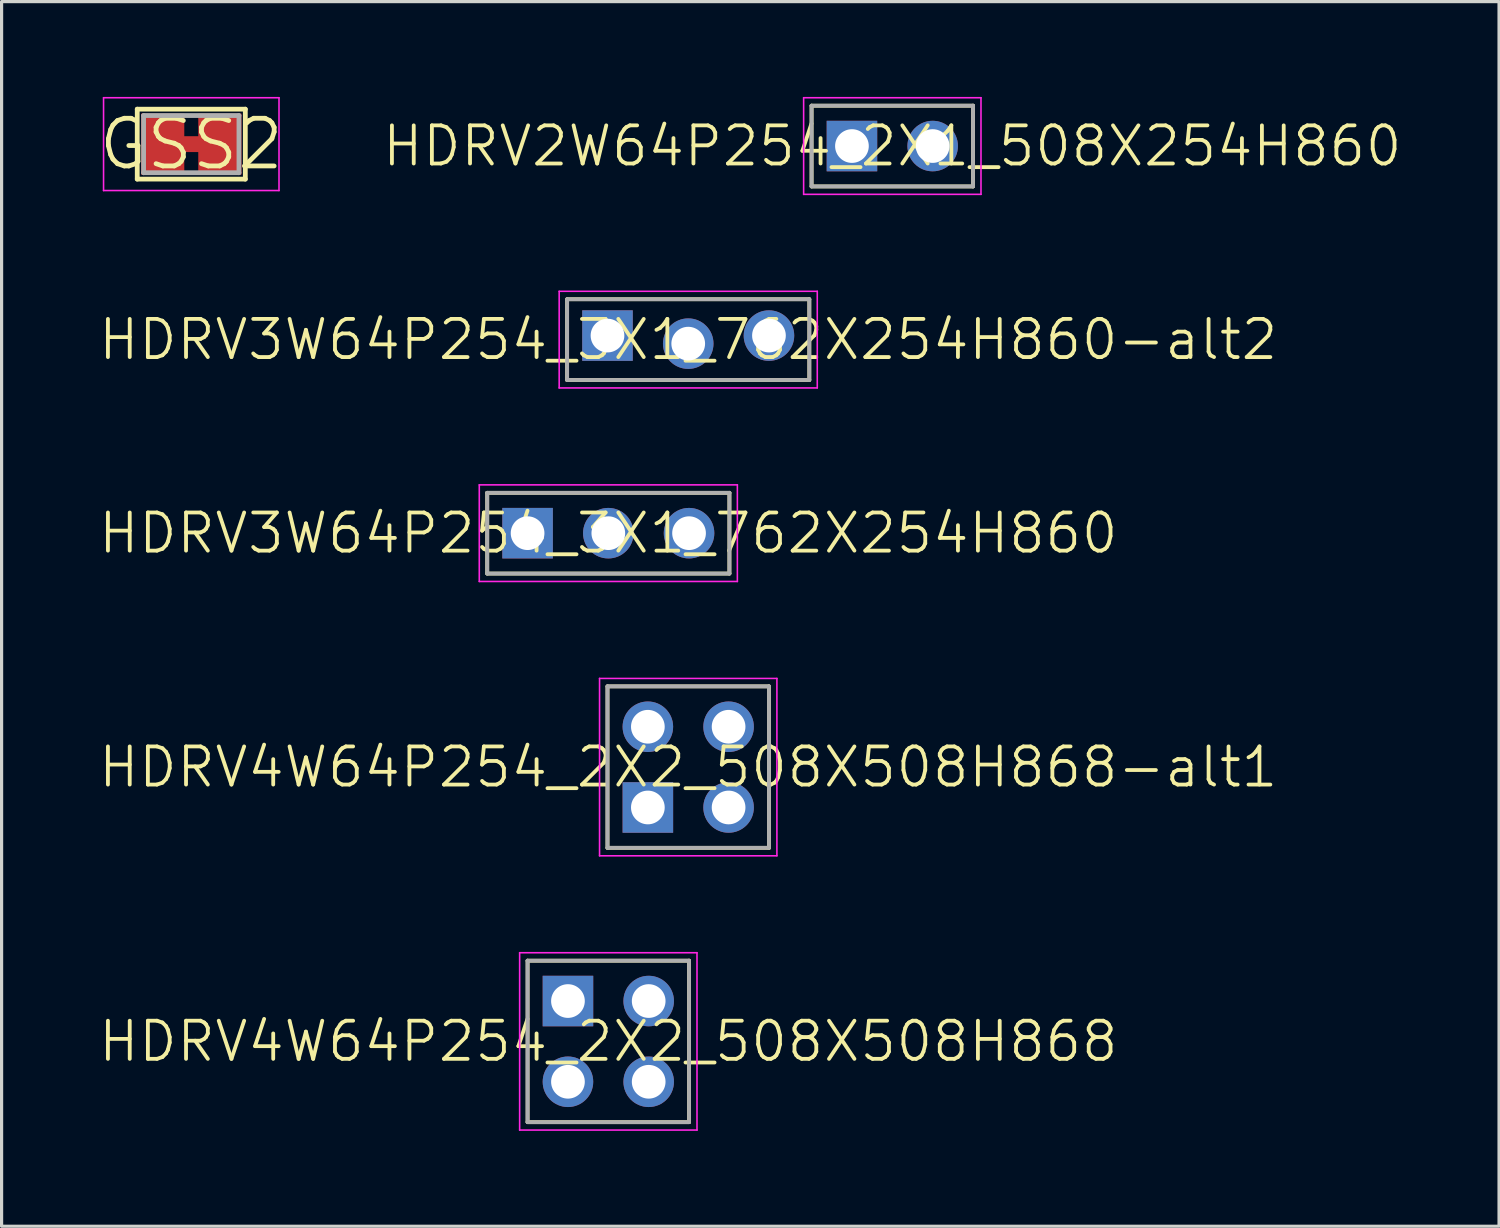
<source format=kicad_pcb>
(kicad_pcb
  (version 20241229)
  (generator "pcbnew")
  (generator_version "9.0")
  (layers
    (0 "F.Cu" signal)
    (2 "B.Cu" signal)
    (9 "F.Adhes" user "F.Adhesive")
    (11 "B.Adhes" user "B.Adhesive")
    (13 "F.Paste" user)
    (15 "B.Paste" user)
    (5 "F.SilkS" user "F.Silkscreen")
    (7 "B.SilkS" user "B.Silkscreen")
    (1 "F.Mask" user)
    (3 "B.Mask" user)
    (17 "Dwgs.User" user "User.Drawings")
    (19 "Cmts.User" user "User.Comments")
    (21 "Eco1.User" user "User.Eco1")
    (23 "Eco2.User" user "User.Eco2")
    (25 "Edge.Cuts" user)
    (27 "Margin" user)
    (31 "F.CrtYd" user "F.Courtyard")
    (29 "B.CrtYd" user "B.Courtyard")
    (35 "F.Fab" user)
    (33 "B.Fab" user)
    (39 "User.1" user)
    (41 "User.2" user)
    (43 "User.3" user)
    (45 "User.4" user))
  (footprint "GSS2"
    (layer "F.Cu")
    (at 2.968 1.485)
    (property "Reference" "GSS2" (at 0 0 0) (layer "F.SilkS") (effects (font (size 1.5 1.5) (thickness 0.15))))
    (attr smd)
    (fp_line (start -0.7 0) (end 0.7 0) (stroke (width 0.5) (type solid)) (layer "F.Cu"))
    (fp_line (start -1.7 -1.1) (end -1.7 1.1) (stroke (width 0.15) (type solid)) (layer "F.SilkS"))
    (fp_line (start -1.7 1.1) (end 1.7 1.1) (stroke (width 0.15) (type solid)) (layer "F.SilkS"))
    (fp_line (start 1.7 -1.1) (end -1.7 -1.1) (stroke (width 0.15) (type solid)) (layer "F.SilkS"))
    (fp_line (start 1.7 1.1) (end 1.7 -1.1) (stroke (width 0.15) (type solid)) (layer "F.SilkS"))
    (fp_line (start -2.76 -1.46) (end 2.76 -1.46) (stroke (width 0.05) (type solid)) (layer "F.CrtYd"))
    (fp_line (start -2.76 1.46) (end -2.76 -1.46) (stroke (width 0.05) (type solid)) (layer "F.CrtYd"))
    (fp_line (start 2.76 -1.46) (end 2.76 1.46) (stroke (width 0.05) (type solid)) (layer "F.CrtYd"))
    (fp_line (start 2.76 1.46) (end -2.76 1.46) (stroke (width 0.05) (type solid)) (layer "F.CrtYd"))
    (fp_line (start -1.5 -0.9) (end -1.5 0.9) (stroke (width 0.15) (type solid)) (layer "F.Fab"))
    (fp_line (start -1.5 0.9) (end 1.5 0.9) (stroke (width 0.15) (type solid)) (layer "F.Fab"))
    (fp_line (start 1.5 -0.9) (end -1.5 -0.9) (stroke (width 0.15) (type solid)) (layer "F.Fab"))
    (fp_line (start 1.5 0.9) (end 1.5 -0.9) (stroke (width 0.15) (type solid)) (layer "F.Fab"))
    (pad "1" smd rect (at -0.9 0) (size 1.36 1.92) (layers "F.Cu" "F.Mask"))
    (pad "2" smd rect (at 0.9 0) (size 1.36 1.92) (layers "F.Cu" "F.Mask")))
  (footprint "HDRV4W64P254_2X2_508X508H868"
    (layer "F.Cu")
    (at 14.819 28.445)
    (property "Reference" "HDRV4W64P254_2X2_508X508H868" (at 1.27 1.27 0) (layer "F.SilkS") (effects (font (size 1.2 1.2) (thickness 0.12))))
    (attr through_hole)
    (fp_line (start -1.27 -1.27) (end 3.81 -1.27) (stroke (width 0.12) (type solid)) (layer "F.SilkS"))
    (fp_line (start -1.27 3.81) (end -1.27 -1.27) (stroke (width 0.12) (type solid)) (layer "F.SilkS"))
    (fp_line (start 3.81 -1.27) (end 3.81 3.81) (stroke (width 0.12) (type solid)) (layer "F.SilkS"))
    (fp_line (start 3.81 3.81) (end -1.27 3.81) (stroke (width 0.12) (type solid)) (layer "F.SilkS"))
    (fp_line (start -1.52 -1.52) (end 4.06 -1.52) (stroke (width 0.05) (type solid)) (layer "F.CrtYd"))
    (fp_line (start -1.52 4.06) (end -1.52 -1.52) (stroke (width 0.05) (type solid)) (layer "F.CrtYd"))
    (fp_line (start 0 -0.35) (end 0 0.35) (stroke (width 0.05) (type solid)) (layer "F.CrtYd"))
    (fp_line (start 0.35 0) (end -0.35 0) (stroke (width 0.05) (type solid)) (layer "F.CrtYd"))
    (fp_line (start 4.06 -1.52) (end 4.06 4.06) (stroke (width 0.05) (type solid)) (layer "F.CrtYd"))
    (fp_line (start 4.06 4.06) (end -1.52 4.06) (stroke (width 0.05) (type solid)) (layer "F.CrtYd"))
    (fp_circle (center 0 0) (end 0 0.25) (stroke (width 0.05) (type solid)) (fill no) (layer "F.CrtYd"))
    (fp_line (start -1.27 -1.27) (end 3.81 -1.27) (stroke (width 0.12) (type solid)) (layer "F.Fab"))
    (fp_line (start -1.27 3.81) (end -1.27 -1.27) (stroke (width 0.12) (type solid)) (layer "F.Fab"))
    (fp_line (start 3.81 -1.27) (end 3.81 3.81) (stroke (width 0.12) (type solid)) (layer "F.Fab"))
    (fp_line (start 3.81 3.81) (end -1.27 3.81) (stroke (width 0.12) (type solid)) (layer "F.Fab"))
    (pad "1" thru_hole rect (at 0 0) (size 1.59 1.59) (drill 1.06) (layers "*.Cu" "*.Mask"))
    (pad "2" thru_hole circle (at 0 2.54) (size 1.59 1.59) (drill 1.06) (layers "*.Cu" "*.Mask"))
    (pad "3" thru_hole circle (at 2.54 0) (size 1.59 1.59) (drill 1.06) (layers "*.Cu" "*.Mask"))
    (pad "4" thru_hole circle (at 2.54 2.54) (size 1.59 1.59) (drill 1.06) (layers "*.Cu" "*.Mask")))
  (footprint "HDRV4W64P254_2X2_508X508H868-alt1"
    (layer "F.Cu")
    (at 17.333 22.355)
    (property "Reference" "HDRV4W64P254_2X2_508X508H868-alt1" (at 1.27 -1.27 0) (layer "F.SilkS") (effects (font (size 1.2 1.2) (thickness 0.12))))
    (attr through_hole)
    (fp_line (start -1.27 -3.81) (end 3.81 -3.81) (stroke (width 0.12) (type solid)) (layer "F.SilkS"))
    (fp_line (start -1.27 1.27) (end -1.27 -3.81) (stroke (width 0.12) (type solid)) (layer "F.SilkS"))
    (fp_line (start 3.81 -3.81) (end 3.81 1.27) (stroke (width 0.12) (type solid)) (layer "F.SilkS"))
    (fp_line (start 3.81 1.27) (end -1.27 1.27) (stroke (width 0.12) (type solid)) (layer "F.SilkS"))
    (fp_line (start -1.52 -4.06) (end 4.06 -4.06) (stroke (width 0.05) (type solid)) (layer "F.CrtYd"))
    (fp_line (start -1.52 1.52) (end -1.52 -4.06) (stroke (width 0.05) (type solid)) (layer "F.CrtYd"))
    (fp_line (start 0 -0.35) (end 0 0.35) (stroke (width 0.05) (type solid)) (layer "F.CrtYd"))
    (fp_line (start 0.35 0) (end -0.35 0) (stroke (width 0.05) (type solid)) (layer "F.CrtYd"))
    (fp_line (start 4.06 -4.06) (end 4.06 1.52) (stroke (width 0.05) (type solid)) (layer "F.CrtYd"))
    (fp_line (start 4.06 1.52) (end -1.52 1.52) (stroke (width 0.05) (type solid)) (layer "F.CrtYd"))
    (fp_circle (center 0 0) (end 0 0.25) (stroke (width 0.05) (type solid)) (fill no) (layer "F.CrtYd"))
    (fp_line (start -1.27 -3.81) (end 3.81 -3.81) (stroke (width 0.12) (type solid)) (layer "F.Fab"))
    (fp_line (start -1.27 1.27) (end -1.27 -3.81) (stroke (width 0.12) (type solid)) (layer "F.Fab"))
    (fp_line (start 3.81 -3.81) (end 3.81 1.27) (stroke (width 0.12) (type solid)) (layer "F.Fab"))
    (fp_line (start 3.81 1.27) (end -1.27 1.27) (stroke (width 0.12) (type solid)) (layer "F.Fab"))
    (pad "1" thru_hole rect (at 0 0) (size 1.59 1.59) (drill 1.06) (layers "*.Cu" "*.Mask"))
    (pad "2" thru_hole circle (at 0 -2.54) (size 1.59 1.59) (drill 1.06) (layers "*.Cu" "*.Mask"))
    (pad "3" thru_hole circle (at 2.54 0) (size 1.59 1.59) (drill 1.06) (layers "*.Cu" "*.Mask"))
    (pad "4" thru_hole circle (at 2.54 -2.54) (size 1.59 1.59) (drill 1.06) (layers "*.Cu" "*.Mask")))
  (footprint "HDRV3W64P254_3X1_762X254H860"
    (layer "F.Cu")
    (at 13.549 13.725)
    (property "Reference" "HDRV3W64P254_3X1_762X254H860" (at 2.54 0 0) (layer "F.SilkS") (effects (font (size 1.2 1.2) (thickness 0.12))))
    (attr through_hole)
    (fp_line (start -1.27 -1.27) (end 6.35 -1.27) (stroke (width 0.12) (type solid)) (layer "F.SilkS"))
    (fp_line (start -1.27 1.27) (end -1.27 -1.27) (stroke (width 0.12) (type solid)) (layer "F.SilkS"))
    (fp_line (start 6.35 -1.27) (end 6.35 1.27) (stroke (width 0.12) (type solid)) (layer "F.SilkS"))
    (fp_line (start 6.35 1.27) (end -1.27 1.27) (stroke (width 0.12) (type solid)) (layer "F.SilkS"))
    (fp_line (start -1.52 -1.52) (end 6.6 -1.52) (stroke (width 0.05) (type solid)) (layer "F.CrtYd"))
    (fp_line (start -1.52 1.52) (end -1.52 -1.52) (stroke (width 0.05) (type solid)) (layer "F.CrtYd"))
    (fp_line (start 6.6 -1.52) (end 6.6 1.52) (stroke (width 0.05) (type solid)) (layer "F.CrtYd"))
    (fp_line (start 6.6 1.52) (end -1.52 1.52) (stroke (width 0.05) (type solid)) (layer "F.CrtYd"))
    (fp_line (start -1.27 -1.27) (end 6.35 -1.27) (stroke (width 0.12) (type solid)) (layer "F.Fab"))
    (fp_line (start -1.27 1.27) (end -1.27 -1.27) (stroke (width 0.12) (type solid)) (layer "F.Fab"))
    (fp_line (start 6.35 -1.27) (end 6.35 1.27) (stroke (width 0.12) (type solid)) (layer "F.Fab"))
    (fp_line (start 6.35 1.27) (end -1.27 1.27) (stroke (width 0.12) (type solid)) (layer "F.Fab"))
    (pad "1" thru_hole rect (at 0 0) (size 1.59 1.59) (drill 1.06) (layers "*.Cu" "*.Mask"))
    (pad "2" thru_hole circle (at 2.54 0) (size 1.59 1.59) (drill 1.06) (layers "*.Cu" "*.Mask"))
    (pad "3" thru_hole circle (at 5.08 0) (size 1.59 1.59) (drill 1.06) (layers "*.Cu" "*.Mask")))
  (footprint "HDRV3W64P254_3X1_762X254H860-alt2"
    (layer "F.Cu")
    (at 18.603 7.635)
    (property "Reference" "HDRV3W64P254_3X1_762X254H860-alt2" (at 0 0 0) (layer "F.SilkS") (effects (font (size 1.2 1.2) (thickness 0.12))))
    (attr through_hole)
    (fp_line (start -3.81 -1.27) (end 3.81 -1.27) (stroke (width 0.12) (type solid)) (layer "F.SilkS"))
    (fp_line (start -3.81 1.27) (end -3.81 -1.27) (stroke (width 0.12) (type solid)) (layer "F.SilkS"))
    (fp_line (start 3.81 -1.27) (end 3.81 1.27) (stroke (width 0.12) (type solid)) (layer "F.SilkS"))
    (fp_line (start 3.81 1.27) (end -3.81 1.27) (stroke (width 0.12) (type solid)) (layer "F.SilkS"))
    (fp_line (start -4.06 -1.52) (end 4.06 -1.52) (stroke (width 0.05) (type solid)) (layer "F.CrtYd"))
    (fp_line (start -4.06 1.52) (end -4.06 -1.52) (stroke (width 0.05) (type solid)) (layer "F.CrtYd"))
    (fp_line (start 4.06 -1.52) (end 4.06 1.52) (stroke (width 0.05) (type solid)) (layer "F.CrtYd"))
    (fp_line (start 4.06 1.52) (end -4.06 1.52) (stroke (width 0.05) (type solid)) (layer "F.CrtYd"))
    (fp_line (start -3.81 -1.27) (end 3.81 -1.27) (stroke (width 0.12) (type solid)) (layer "F.Fab"))
    (fp_line (start -3.81 1.27) (end -3.81 -1.27) (stroke (width 0.12) (type solid)) (layer "F.Fab"))
    (fp_line (start 3.81 -1.27) (end 3.81 1.27) (stroke (width 0.12) (type solid)) (layer "F.Fab"))
    (fp_line (start 3.81 1.27) (end -3.81 1.27) (stroke (width 0.12) (type solid)) (layer "F.Fab"))
    (pad "1" thru_hole rect (at -2.54 -0.127) (size 1.59 1.59) (drill 1.06) (layers "*.Cu" "*.Mask"))
    (pad "2" thru_hole circle (at 0 0.127) (size 1.59 1.59) (drill 1.06) (layers "*.Cu" "*.Mask"))
    (pad "3" thru_hole circle (at 2.54 -0.127) (size 1.59 1.59) (drill 1.06) (layers "*.Cu" "*.Mask")))
  (footprint "HDRV2W64P254_2X1_508X254H860"
    (layer "F.Cu")
    (at 23.754 1.545)
    (property "Reference" "HDRV2W64P254_2X1_508X254H860" (at 1.27 0 0) (layer "F.SilkS") (effects (font (size 1.2 1.2) (thickness 0.12))))
    (attr through_hole)
    (fp_line (start -1.27 -1.27) (end 3.81 -1.27) (stroke (width 0.12) (type solid)) (layer "F.SilkS"))
    (fp_line (start -1.27 1.27) (end -1.27 -1.27) (stroke (width 0.12) (type solid)) (layer "F.SilkS"))
    (fp_line (start 3.81 -1.27) (end 3.81 1.27) (stroke (width 0.12) (type solid)) (layer "F.SilkS"))
    (fp_line (start 3.81 1.27) (end -1.27 1.27) (stroke (width 0.12) (type solid)) (layer "F.SilkS"))
    (fp_line (start -1.52 -1.52) (end 4.06 -1.52) (stroke (width 0.05) (type solid)) (layer "F.CrtYd"))
    (fp_line (start -1.52 1.52) (end -1.52 -1.52) (stroke (width 0.05) (type solid)) (layer "F.CrtYd"))
    (fp_line (start 4.06 -1.52) (end 4.06 1.52) (stroke (width 0.05) (type solid)) (layer "F.CrtYd"))
    (fp_line (start 4.06 1.52) (end -1.52 1.52) (stroke (width 0.05) (type solid)) (layer "F.CrtYd"))
    (fp_line (start -1.27 -1.27) (end 3.81 -1.27) (stroke (width 0.12) (type solid)) (layer "F.Fab"))
    (fp_line (start -1.27 1.27) (end -1.27 -1.27) (stroke (width 0.12) (type solid)) (layer "F.Fab"))
    (fp_line (start 3.81 -1.27) (end 3.81 1.27) (stroke (width 0.12) (type solid)) (layer "F.Fab"))
    (fp_line (start 3.81 1.27) (end -1.27 1.27) (stroke (width 0.12) (type solid)) (layer "F.Fab"))
    (pad "1" thru_hole rect (at 0 0) (size 1.59 1.59) (drill 1.06) (layers "*.Cu" "*.Mask"))
    (pad "2" thru_hole circle (at 2.54 0) (size 1.59 1.59) (drill 1.06) (layers "*.Cu" "*.Mask")))
  (gr_rect
    (start -3 -3)
    (end 44.113 35.53)
    (stroke (width 0.1) (type default))
    (fill no)
    (layer "Edge.Cuts")))
</source>
